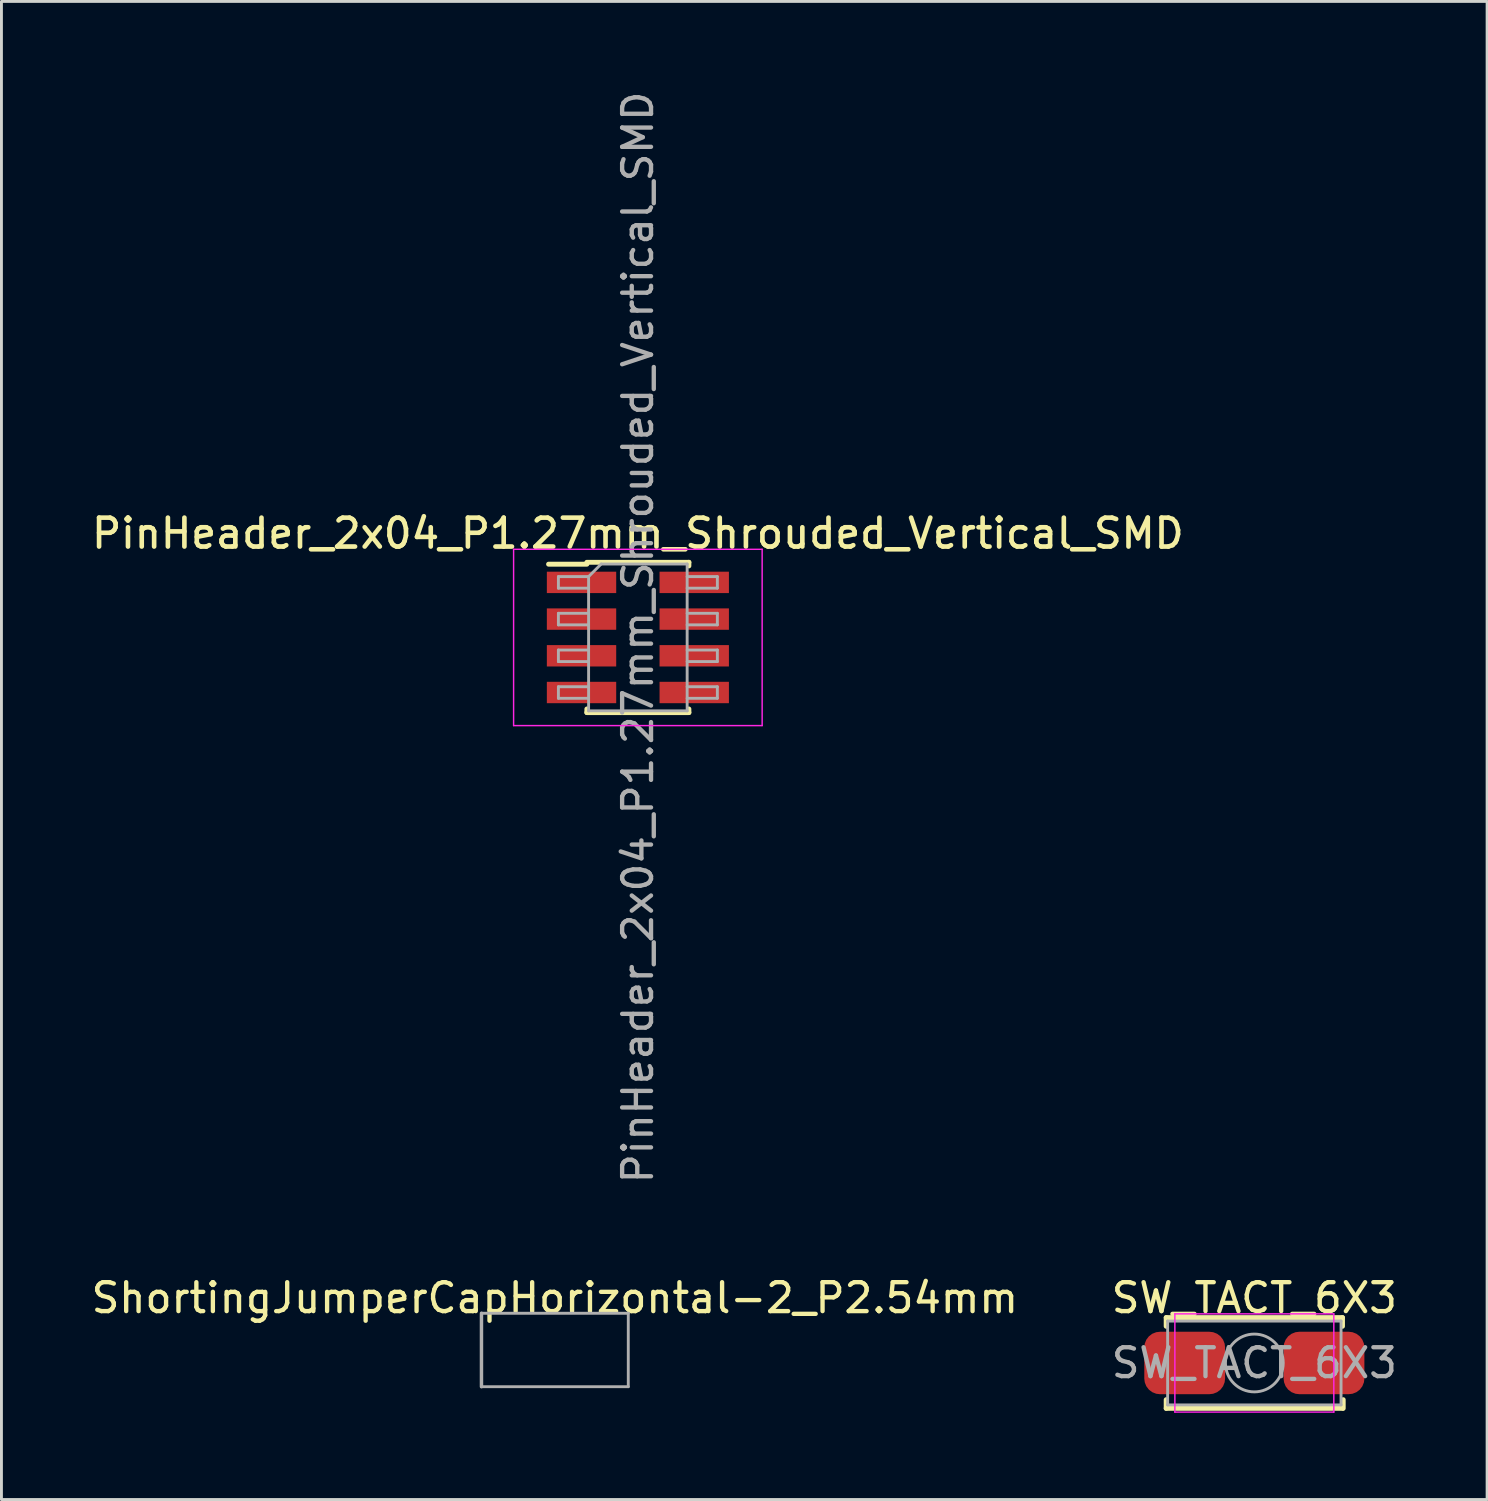
<source format=kicad_pcb>
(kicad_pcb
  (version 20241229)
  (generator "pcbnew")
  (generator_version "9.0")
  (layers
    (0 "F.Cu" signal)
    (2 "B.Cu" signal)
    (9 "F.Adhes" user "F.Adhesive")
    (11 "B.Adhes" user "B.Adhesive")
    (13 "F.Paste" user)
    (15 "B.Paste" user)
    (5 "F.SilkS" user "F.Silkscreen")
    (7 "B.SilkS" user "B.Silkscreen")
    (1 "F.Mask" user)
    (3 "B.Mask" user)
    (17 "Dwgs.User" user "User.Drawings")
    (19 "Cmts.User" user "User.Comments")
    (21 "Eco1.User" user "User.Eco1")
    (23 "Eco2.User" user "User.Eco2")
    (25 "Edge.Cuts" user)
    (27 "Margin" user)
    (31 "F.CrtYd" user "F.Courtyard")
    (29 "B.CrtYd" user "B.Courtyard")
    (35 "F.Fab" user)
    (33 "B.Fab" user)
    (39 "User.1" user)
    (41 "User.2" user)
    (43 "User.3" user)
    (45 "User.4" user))
  (footprint "ShortingJumperCapHorizontal-2_P2.54mm"
    (layer "F.Cu")
    (at 16.149 43.66)
    (property "Reference" "ShortingJumperCapHorizontal-2_P2.54mm" (at 0 -1.8 0) (layer "F.SilkS") (effects (font (size 1 1) (thickness 0.15))))
    (attr through_hole)
    (fp_line (start -2.54 -1.27) (end 2.54 -1.27) (stroke (width 0.1) (type solid)) (layer "F.Fab"))
    (fp_line (start -2.54 1.27) (end -2.54 -1.27) (stroke (width 0.12) (type solid)) (layer "F.Fab"))
    (fp_line (start 2.54 -1.27) (end 2.54 1.27) (stroke (width 0.1) (type solid)) (layer "F.Fab"))
    (fp_line (start 2.54 1.27) (end -2.54 1.27) (stroke (width 0.1) (type solid)) (layer "F.Fab")))
  (footprint "PinHeader_2x04_P1.27mm_Shrouded_Vertical_SMD"
    (layer "F.Cu")
    (at 19.021 19.006)
    (property "Reference" "PinHeader_2x04_P1.27mm_Shrouded_Vertical_SMD" (at 0 -3.6 0) (layer "F.SilkS") (effects (font (size 1 1) (thickness 0.16))))
    (attr smd)
    (fp_line (start -3.09 -2.535) (end -1.765 -2.535) (stroke (width 0.17) (type solid)) (layer "F.SilkS"))
    (fp_line (start -1.765 -2.6) (end -1.765 -2.535) (stroke (width 0.12) (type solid)) (layer "F.SilkS"))
    (fp_line (start -1.765 -2.6) (end 1.765 -2.6) (stroke (width 0.17) (type solid)) (layer "F.SilkS"))
    (fp_line (start -1.765 2.475) (end -1.765 2.6) (stroke (width 0.17) (type solid)) (layer "F.SilkS"))
    (fp_line (start -1.765 2.6) (end 1.765 2.6) (stroke (width 0.17) (type solid)) (layer "F.SilkS"))
    (fp_line (start 1.765 -2.6) (end 1.765 -2.475) (stroke (width 0.17) (type solid)) (layer "F.SilkS"))
    (fp_line (start 1.765 2.475) (end 1.765 2.6) (stroke (width 0.17) (type solid)) (layer "F.SilkS"))
    (fp_line (start -4.3 -3.05) (end -4.3 3.05) (stroke (width 0.05) (type solid)) (layer "F.CrtYd"))
    (fp_line (start -4.3 3.05) (end 4.3 3.05) (stroke (width 0.05) (type solid)) (layer "F.CrtYd"))
    (fp_line (start 4.3 -3.05) (end -4.3 -3.05) (stroke (width 0.05) (type solid)) (layer "F.CrtYd"))
    (fp_line (start 4.3 3.05) (end 4.3 -3.05) (stroke (width 0.05) (type solid)) (layer "F.CrtYd"))
    (fp_line (start -2.75 -2.105) (end -2.75 -1.705) (stroke (width 0.1) (type solid)) (layer "F.Fab"))
    (fp_line (start -2.75 -1.705) (end -1.705 -1.705) (stroke (width 0.1) (type solid)) (layer "F.Fab"))
    (fp_line (start -2.75 -0.835) (end -2.75 -0.435) (stroke (width 0.1) (type solid)) (layer "F.Fab"))
    (fp_line (start -2.75 -0.435) (end -1.705 -0.435) (stroke (width 0.1) (type solid)) (layer "F.Fab"))
    (fp_line (start -2.75 0.435) (end -2.75 0.835) (stroke (width 0.1) (type solid)) (layer "F.Fab"))
    (fp_line (start -2.75 0.835) (end -1.705 0.835) (stroke (width 0.1) (type solid)) (layer "F.Fab"))
    (fp_line (start -2.75 1.705) (end -2.75 2.105) (stroke (width 0.1) (type solid)) (layer "F.Fab"))
    (fp_line (start -2.75 2.105) (end -1.705 2.105) (stroke (width 0.1) (type solid)) (layer "F.Fab"))
    (fp_line (start -1.705 -2.105) (end -2.75 -2.105) (stroke (width 0.1) (type solid)) (layer "F.Fab"))
    (fp_line (start -1.705 -2.105) (end -1.27 -2.54) (stroke (width 0.1) (type solid)) (layer "F.Fab"))
    (fp_line (start -1.705 -0.835) (end -2.75 -0.835) (stroke (width 0.1) (type solid)) (layer "F.Fab"))
    (fp_line (start -1.705 0.435) (end -2.75 0.435) (stroke (width 0.1) (type solid)) (layer "F.Fab"))
    (fp_line (start -1.705 1.705) (end -2.75 1.705) (stroke (width 0.1) (type solid)) (layer "F.Fab"))
    (fp_line (start -1.705 2.54) (end -1.705 -2.105) (stroke (width 0.1) (type solid)) (layer "F.Fab"))
    (fp_line (start -1.27 -2.54) (end 1.705 -2.54) (stroke (width 0.1) (type solid)) (layer "F.Fab"))
    (fp_line (start 1.705 -2.54) (end 1.705 2.54) (stroke (width 0.1) (type solid)) (layer "F.Fab"))
    (fp_line (start 1.705 -2.105) (end 2.75 -2.105) (stroke (width 0.1) (type solid)) (layer "F.Fab"))
    (fp_line (start 1.705 -0.835) (end 2.75 -0.835) (stroke (width 0.1) (type solid)) (layer "F.Fab"))
    (fp_line (start 1.705 0.435) (end 2.75 0.435) (stroke (width 0.1) (type solid)) (layer "F.Fab"))
    (fp_line (start 1.705 1.705) (end 2.75 1.705) (stroke (width 0.1) (type solid)) (layer "F.Fab"))
    (fp_line (start 1.705 2.54) (end -1.705 2.54) (stroke (width 0.1) (type solid)) (layer "F.Fab"))
    (fp_line (start 2.75 -2.105) (end 2.75 -1.705) (stroke (width 0.1) (type solid)) (layer "F.Fab"))
    (fp_line (start 2.75 -1.705) (end 1.705 -1.705) (stroke (width 0.1) (type solid)) (layer "F.Fab"))
    (fp_line (start 2.75 -0.835) (end 2.75 -0.435) (stroke (width 0.1) (type solid)) (layer "F.Fab"))
    (fp_line (start 2.75 -0.435) (end 1.705 -0.435) (stroke (width 0.1) (type solid)) (layer "F.Fab"))
    (fp_line (start 2.75 0.435) (end 2.75 0.835) (stroke (width 0.1) (type solid)) (layer "F.Fab"))
    (fp_line (start 2.75 0.835) (end 1.705 0.835) (stroke (width 0.1) (type solid)) (layer "F.Fab"))
    (fp_line (start 2.75 1.705) (end 2.75 2.105) (stroke (width 0.1) (type solid)) (layer "F.Fab"))
    (fp_line (start 2.75 2.105) (end 1.705 2.105) (stroke (width 0.1) (type solid)) (layer "F.Fab"))
    (fp_text user "${REFERENCE}" (at 0 0 90) (layer "F.Fab") (effects (font (size 1 1) (thickness 0.15))))
    (pad "1" smd rect (at -1.95 -1.905) (size 2.4 0.74) (layers "F.Cu" "F.Mask" "F.Paste"))
    (pad "2" smd rect (at 1.95 -1.905) (size 2.4 0.74) (layers "F.Cu" "F.Mask" "F.Paste"))
    (pad "3" smd rect (at -1.95 -0.635) (size 2.4 0.74) (layers "F.Cu" "F.Mask" "F.Paste"))
    (pad "4" smd rect (at 1.95 -0.635) (size 2.4 0.74) (layers "F.Cu" "F.Mask" "F.Paste"))
    (pad "5" smd rect (at -1.95 0.635) (size 2.4 0.74) (layers "F.Cu" "F.Mask" "F.Paste"))
    (pad "6" smd rect (at 1.95 0.635) (size 2.4 0.74) (layers "F.Cu" "F.Mask" "F.Paste"))
    (pad "7" smd rect (at -1.95 1.905) (size 2.4 0.74) (layers "F.Cu" "F.Mask" "F.Paste"))
    (pad "8" smd rect (at 1.95 1.905) (size 2.4 0.74) (layers "F.Cu" "F.Mask" "F.Paste")))
  (footprint "SW_TACT_6X3"
    (layer "F.Cu")
    (at 40.351 44.11)
    (property "Reference" "SW_TACT_6X3" (at 0 -2.25 0) (layer "F.SilkS") (effects (font (size 1 1) (thickness 0.15))))
    (attr smd)
    (fp_line (start -3.05 -1.57) (end -3.05 -1.27) (stroke (width 0.17) (type solid)) (layer "F.SilkS"))
    (fp_line (start -3.05 -1.57) (end 3.05 -1.57) (stroke (width 0.17) (type solid)) (layer "F.SilkS"))
    (fp_line (start -3.05 1.57) (end -3.05 1.27) (stroke (width 0.17) (type solid)) (layer "F.SilkS"))
    (fp_line (start 3.05 -1.57) (end 3.05 -1.27) (stroke (width 0.17) (type solid)) (layer "F.SilkS"))
    (fp_line (start 3.05 1.57) (end -3.05 1.57) (stroke (width 0.17) (type solid)) (layer "F.SilkS"))
    (fp_line (start 3.075 1.57) (end 3.075 1.27) (stroke (width 0.17) (type solid)) (layer "F.SilkS"))
    (fp_line (start -2.75 -1.7) (end 2.75 -1.7) (stroke (width 0.05) (type solid)) (layer "F.CrtYd"))
    (fp_line (start -2.75 1.7) (end -2.75 -1.7) (stroke (width 0.05) (type solid)) (layer "F.CrtYd"))
    (fp_line (start 2.75 -1.7) (end 2.75 1.7) (stroke (width 0.05) (type solid)) (layer "F.CrtYd"))
    (fp_line (start 2.75 1.7) (end -2.75 1.7) (stroke (width 0.05) (type solid)) (layer "F.CrtYd"))
    (fp_line (start -3 -1.45) (end 3 -1.45) (stroke (width 0.1) (type solid)) (layer "F.Fab"))
    (fp_line (start -3 1.45) (end -3 -1.45) (stroke (width 0.1) (type solid)) (layer "F.Fab"))
    (fp_line (start 3 -1.45) (end 3 1.45) (stroke (width 0.1) (type solid)) (layer "F.Fab"))
    (fp_line (start 3 1.45) (end -3 1.45) (stroke (width 0.1) (type solid)) (layer "F.Fab"))
    (fp_circle (center 0 0) (end 1 0) (stroke (width 0.1) (type solid)) (fill no) (layer "F.Fab"))
    (fp_text user "${REFERENCE}" (at 0 0 0) (layer "F.Fab") (effects (font (size 1 1) (thickness 0.15))))
    (pad "1" smd roundrect (at -2.41 0) (size 2.795 2.16) (layers "F.Cu" "F.Mask" "F.Paste") (roundrect_rratio 0.25))
    (pad "2" smd roundrect (at 2.41 0) (size 2.795 2.16) (layers "F.Cu" "F.Mask" "F.Paste") (roundrect_rratio 0.25)))
  (gr_rect
    (start -3 -3)
    (end 48.405 48.835)
    (stroke (width 0.1) (type default))
    (fill no)
    (layer "Edge.Cuts")))
</source>
